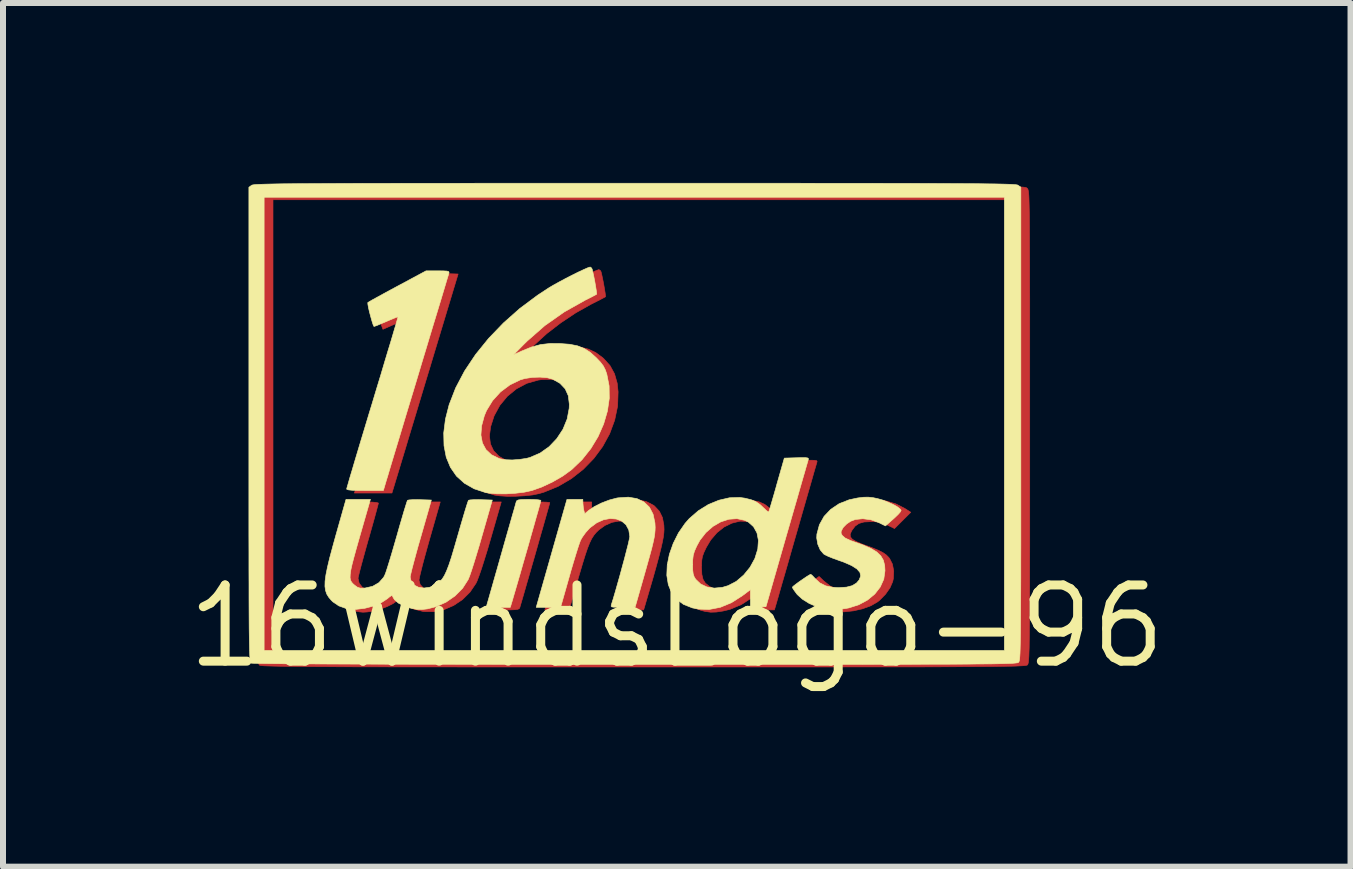
<source format=kicad_pcb>
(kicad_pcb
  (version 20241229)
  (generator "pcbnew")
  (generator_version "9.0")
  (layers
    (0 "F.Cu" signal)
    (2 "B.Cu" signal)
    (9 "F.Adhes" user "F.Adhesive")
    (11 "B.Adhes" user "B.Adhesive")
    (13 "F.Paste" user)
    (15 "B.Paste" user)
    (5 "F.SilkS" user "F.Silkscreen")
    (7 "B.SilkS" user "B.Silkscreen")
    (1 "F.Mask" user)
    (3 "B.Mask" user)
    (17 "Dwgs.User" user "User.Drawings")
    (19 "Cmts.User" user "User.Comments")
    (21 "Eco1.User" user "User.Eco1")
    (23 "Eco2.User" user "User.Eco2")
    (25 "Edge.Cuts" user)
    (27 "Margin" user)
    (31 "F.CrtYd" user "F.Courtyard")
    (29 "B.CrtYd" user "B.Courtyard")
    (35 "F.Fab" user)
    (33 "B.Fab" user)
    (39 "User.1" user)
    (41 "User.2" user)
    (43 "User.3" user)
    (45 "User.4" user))
  (footprint "16WindsLogo-96"
    (layer "F.Cu")
    (at 8.232 7.392)
    (property "Reference" "16WindsLogo-96" (at 0 0 0) (layer "F.SilkS") (effects (font (size 1.27 1.27) (thickness 0.15))))
    (attr through_hole)
    (fp_poly (pts (xy -2.231 -2.073) (xy -2.163 -2.07) (xy -2.123 -2.065) (xy -2.117 -2.062) (xy -2.122 -2.04) (xy -2.138 -1.983) (xy -2.163 -1.895) (xy -2.195 -1.782) (xy -2.233 -1.648) (xy -2.276 -1.499) (xy -2.321 -1.339) (xy -2.368 -1.174) (xy -2.416 -1.008) (xy -2.462 -0.847) (xy -2.506 -0.696) (xy -2.545 -0.559) (xy -2.579 -0.442) (xy -2.606 -0.35) (xy -2.617 -0.312) (xy -2.627 -0.295) (xy -2.652 -0.284) (xy -2.698 -0.278) (xy -2.775 -0.275) (xy -2.827 -0.275) (xy -2.913 -0.276) (xy -2.981 -0.279) (xy -3.02 -0.284) (xy -3.027 -0.286) (xy -3.021 -0.308) (xy -3.005 -0.366) (xy -2.981 -0.453) (xy -2.949 -0.566) (xy -2.912 -0.699) (xy -2.87 -0.846) (xy -2.825 -1.003) (xy -2.779 -1.165) (xy -2.733 -1.325) (xy -2.689 -1.48) (xy -2.648 -1.624) (xy -2.611 -1.751) (xy -2.581 -1.857) (xy -2.559 -1.931) (xy -2.517 -2.074) (xy -2.317 -2.074) (xy -2.231 -2.073)) (stroke (width 0.01) (type solid)) (fill yes) (layer "F.Cu"))
    (fp_poly (pts (xy -3.841 -5.88) (xy -3.645 -5.874) (xy -3.968 -4.805) (xy -4.04 -4.567) (xy -4.116 -4.314) (xy -4.195 -4.054) (xy -4.273 -3.795) (xy -4.348 -3.546) (xy -4.418 -3.315) (xy -4.48 -3.11) (xy -4.519 -2.979) (xy -4.748 -2.223) (xy -5.374 -2.223) (xy -5.355 -2.281) (xy -5.337 -2.337) (xy -5.309 -2.426) (xy -5.273 -2.544) (xy -5.229 -2.687) (xy -5.18 -2.85) (xy -5.126 -3.031) (xy -5.067 -3.224) (xy -5.007 -3.426) (xy -4.945 -3.633) (xy -4.883 -3.841) (xy -4.822 -4.046) (xy -4.763 -4.244) (xy -4.708 -4.431) (xy -4.657 -4.603) (xy -4.612 -4.756) (xy -4.574 -4.886) (xy -4.544 -4.99) (xy -4.524 -5.062) (xy -4.514 -5.099) (xy -4.513 -5.103) (xy -4.534 -5.103) (xy -4.584 -5.087) (xy -4.655 -5.059) (xy -4.707 -5.037) (xy -4.787 -5.001) (xy -4.851 -4.973) (xy -4.89 -4.956) (xy -4.899 -4.953) (xy -4.906 -4.972) (xy -4.924 -5.022) (xy -4.948 -5.095) (xy -4.964 -5.144) (xy -4.992 -5.242) (xy -5.007 -5.312) (xy -5.007 -5.35) (xy -5.005 -5.354) (xy -4.981 -5.369) (xy -4.926 -5.401) (xy -4.843 -5.447) (xy -4.74 -5.504) (xy -4.619 -5.57) (xy -4.51 -5.629) (xy -4.036 -5.886) (xy -3.841 -5.88)) (stroke (width 0.01) (type solid)) (fill yes) (layer "F.Cu"))
    (fp_poly (pts (xy -0.506 -2.08) (xy -0.39 -2.02) (xy -0.371 -2.006) (xy -0.29 -1.919) (xy -0.239 -1.815) (xy -0.215 -1.687) (xy -0.212 -1.616) (xy -0.215 -1.561) (xy -0.223 -1.493) (xy -0.239 -1.408) (xy -0.263 -1.303) (xy -0.295 -1.174) (xy -0.337 -1.018) (xy -0.389 -0.832) (xy -0.453 -0.612) (xy -0.51 -0.418) (xy -0.552 -0.275) (xy -0.754 -0.275) (xy -0.847 -0.276) (xy -0.906 -0.279) (xy -0.936 -0.286) (xy -0.946 -0.298) (xy -0.944 -0.312) (xy -0.907 -0.437) (xy -0.867 -0.577) (xy -0.826 -0.724) (xy -0.784 -0.873) (xy -0.745 -1.018) (xy -0.709 -1.152) (xy -0.679 -1.27) (xy -0.655 -1.365) (xy -0.64 -1.432) (xy -0.635 -1.463) (xy -0.652 -1.571) (xy -0.7 -1.655) (xy -0.772 -1.715) (xy -0.863 -1.749) (xy -0.968 -1.755) (xy -1.081 -1.734) (xy -1.196 -1.683) (xy -1.299 -1.609) (xy -1.342 -1.567) (xy -1.381 -1.52) (xy -1.417 -1.464) (xy -1.451 -1.394) (xy -1.487 -1.304) (xy -1.526 -1.189) (xy -1.571 -1.044) (xy -1.624 -0.865) (xy -1.636 -0.824) (xy -1.791 -0.286) (xy -1.995 -0.28) (xy -2.199 -0.274) (xy -2.158 -0.417) (xy -2.142 -0.471) (xy -2.117 -0.56) (xy -2.083 -0.678) (xy -2.043 -0.819) (xy -1.997 -0.979) (xy -1.948 -1.151) (xy -1.901 -1.318) (xy -1.685 -2.074) (xy -1.418 -2.074) (xy -1.418 -1.991) (xy -1.416 -1.915) (xy -1.404 -1.874) (xy -1.376 -1.867) (xy -1.326 -1.891) (xy -1.269 -1.929) (xy -1.114 -2.017) (xy -0.953 -2.077) (xy -0.794 -2.108) (xy -0.643 -2.109) (xy -0.506 -2.08)) (stroke (width 0.01) (type solid)) (fill yes) (layer "F.Cu"))
    (fp_poly (pts (xy 3.483 -2.092) (xy 3.652 -2.042) (xy 3.798 -1.968) (xy 3.901 -1.902) (xy 3.63 -1.631) (xy 3.514 -1.688) (xy 3.44 -1.721) (xy 3.371 -1.739) (xy 3.288 -1.746) (xy 3.235 -1.746) (xy 3.121 -1.74) (xy 3.037 -1.716) (xy 2.973 -1.671) (xy 2.919 -1.599) (xy 2.914 -1.59) (xy 2.891 -1.537) (xy 2.894 -1.492) (xy 2.927 -1.452) (xy 2.992 -1.413) (xy 3.094 -1.37) (xy 3.136 -1.355) (xy 3.268 -1.307) (xy 3.366 -1.266) (xy 3.438 -1.229) (xy 3.491 -1.192) (xy 3.533 -1.15) (xy 3.548 -1.131) (xy 3.595 -1.038) (xy 3.617 -0.923) (xy 3.611 -0.799) (xy 3.6 -0.747) (xy 3.555 -0.643) (xy 3.48 -0.536) (xy 3.383 -0.437) (xy 3.348 -0.409) (xy 3.238 -0.345) (xy 3.1 -0.294) (xy 2.946 -0.259) (xy 2.789 -0.242) (xy 2.642 -0.247) (xy 2.601 -0.253) (xy 2.452 -0.294) (xy 2.316 -0.359) (xy 2.202 -0.441) (xy 2.12 -0.535) (xy 2.116 -0.54) (xy 2.095 -0.575) (xy 2.083 -0.599) (xy 2.087 -0.621) (xy 2.11 -0.646) (xy 2.157 -0.682) (xy 2.231 -0.734) (xy 2.261 -0.754) (xy 2.373 -0.832) (xy 2.451 -0.757) (xy 2.558 -0.672) (xy 2.67 -0.622) (xy 2.802 -0.599) (xy 2.804 -0.598) (xy 2.918 -0.601) (xy 3.022 -0.623) (xy 3.11 -0.662) (xy 3.173 -0.713) (xy 3.208 -0.773) (xy 3.206 -0.838) (xy 3.205 -0.841) (xy 3.173 -0.894) (xy 3.114 -0.944) (xy 3.023 -0.992) (xy 2.895 -1.042) (xy 2.85 -1.057) (xy 2.735 -1.098) (xy 2.653 -1.133) (xy 2.596 -1.168) (xy 2.557 -1.208) (xy 2.526 -1.259) (xy 2.517 -1.278) (xy 2.483 -1.389) (xy 2.483 -1.503) (xy 2.518 -1.633) (xy 2.52 -1.637) (xy 2.594 -1.778) (xy 2.699 -1.897) (xy 2.829 -1.99) (xy 2.978 -2.058) (xy 3.141 -2.099) (xy 3.311 -2.111) (xy 3.483 -2.092)) (stroke (width 0.01) (type solid)) (fill yes) (layer "F.Cu"))
    (fp_poly (pts (xy 2.302 -2.768) (xy 2.333 -2.761) (xy 2.34 -2.748) (xy 2.339 -2.747) (xy 2.332 -2.722) (xy 2.314 -2.66) (xy 2.286 -2.565) (xy 2.251 -2.441) (xy 2.208 -2.292) (xy 2.159 -2.122) (xy 2.105 -1.934) (xy 2.047 -1.732) (xy 2.021 -1.64) (xy 1.96 -1.429) (xy 1.902 -1.227) (xy 1.848 -1.036) (xy 1.798 -0.863) (xy 1.754 -0.712) (xy 1.718 -0.586) (xy 1.691 -0.49) (xy 1.673 -0.43) (xy 1.67 -0.418) (xy 1.628 -0.275) (xy 1.376 -0.275) (xy 1.376 -0.574) (xy 1.254 -0.479) (xy 1.076 -0.363) (xy 0.885 -0.283) (xy 0.772 -0.256) (xy 0.659 -0.239) (xy 0.566 -0.236) (xy 0.474 -0.249) (xy 0.406 -0.266) (xy 0.259 -0.325) (xy 0.14 -0.415) (xy 0.052 -0.532) (xy 0.024 -0.587) (xy 0.006 -0.634) (xy -0.005 -0.686) (xy -0.009 -0.755) (xy -0.01 -0.853) (xy -0.01 -0.868) (xy -0.007 -0.982) (xy 0.413 -0.982) (xy 0.418 -0.867) (xy 0.438 -0.783) (xy 0.477 -0.72) (xy 0.542 -0.668) (xy 0.594 -0.639) (xy 0.706 -0.603) (xy 0.835 -0.599) (xy 0.972 -0.627) (xy 1.066 -0.665) (xy 1.209 -0.757) (xy 1.328 -0.88) (xy 1.419 -1.026) (xy 1.477 -1.189) (xy 1.498 -1.333) (xy 1.493 -1.466) (xy 1.463 -1.568) (xy 1.405 -1.647) (xy 1.316 -1.708) (xy 1.313 -1.709) (xy 1.187 -1.75) (xy 1.054 -1.754) (xy 0.92 -1.721) (xy 0.79 -1.657) (xy 0.67 -1.562) (xy 0.565 -1.439) (xy 0.493 -1.318) (xy 0.452 -1.232) (xy 0.428 -1.166) (xy 0.417 -1.101) (xy 0.413 -1.02) (xy 0.413 -0.982) (xy -0.007 -0.982) (xy -0.007 -0.983) (xy 0.000471 -1.071) (xy 0.016 -1.148) (xy 0.041 -1.229) (xy 0.047 -1.245) (xy 0.142 -1.457) (xy 0.262 -1.644) (xy 0.405 -1.804) (xy 0.568 -1.932) (xy 0.745 -2.027) (xy 0.934 -2.085) (xy 1.122 -2.104) (xy 1.263 -2.098) (xy 1.375 -2.075) (xy 1.467 -2.033) (xy 1.552 -1.967) (xy 1.572 -1.948) (xy 1.673 -1.847) (xy 1.715 -1.987) (xy 1.736 -2.059) (xy 1.766 -2.159) (xy 1.8 -2.277) (xy 1.835 -2.401) (xy 1.848 -2.445) (xy 1.938 -2.762) (xy 2.143 -2.768) (xy 2.241 -2.77) (xy 2.302 -2.768)) (stroke (width 0.01) (type solid)) (fill yes) (layer "F.Cu"))
    (fp_poly (pts (xy -5.079 -2.072) (xy -5.012 -2.066) (xy -4.978 -2.058) (xy -4.974 -2.053) (xy -4.98 -2.028) (xy -4.996 -1.968) (xy -5.02 -1.878) (xy -5.052 -1.762) (xy -5.09 -1.627) (xy -5.132 -1.478) (xy -5.144 -1.438) (xy -5.187 -1.285) (xy -5.226 -1.143) (xy -5.26 -1.019) (xy -5.286 -0.918) (xy -5.304 -0.845) (xy -5.313 -0.805) (xy -5.313 -0.802) (xy -5.294 -0.718) (xy -5.241 -0.651) (xy -5.162 -0.607) (xy -5.073 -0.593) (xy -4.994 -0.607) (xy -4.905 -0.643) (xy -4.821 -0.693) (xy -4.758 -0.749) (xy -4.744 -0.767) (xy -4.728 -0.804) (xy -4.702 -0.876) (xy -4.669 -0.977) (xy -4.63 -1.102) (xy -4.587 -1.245) (xy -4.541 -1.4) (xy -4.526 -1.454) (xy -4.35 -2.074) (xy -4.146 -2.074) (xy -3.943 -2.074) (xy -4.12 -1.456) (xy -4.164 -1.298) (xy -4.205 -1.15) (xy -4.24 -1.019) (xy -4.267 -0.91) (xy -4.287 -0.828) (xy -4.296 -0.779) (xy -4.297 -0.771) (xy -4.278 -0.698) (xy -4.228 -0.643) (xy -4.155 -0.608) (xy -4.066 -0.596) (xy -3.97 -0.61) (xy -3.895 -0.64) (xy -3.845 -0.669) (xy -3.803 -0.702) (xy -3.765 -0.744) (xy -3.729 -0.8) (xy -3.694 -0.873) (xy -3.657 -0.969) (xy -3.616 -1.091) (xy -3.57 -1.244) (xy -3.515 -1.433) (xy -3.503 -1.476) (xy -3.334 -2.074) (xy -3.13 -2.074) (xy -2.926 -2.074) (xy -3.103 -1.459) (xy -3.157 -1.274) (xy -3.209 -1.107) (xy -3.255 -0.962) (xy -3.296 -0.844) (xy -3.328 -0.759) (xy -3.347 -0.718) (xy -3.447 -0.571) (xy -3.573 -0.446) (xy -3.72 -0.348) (xy -3.88 -0.279) (xy -4.046 -0.245) (xy -4.211 -0.247) (xy -4.242 -0.252) (xy -4.382 -0.288) (xy -4.488 -0.341) (xy -4.563 -0.407) (xy -4.616 -0.471) (xy -4.663 -0.427) (xy -4.73 -0.38) (xy -4.825 -0.332) (xy -4.933 -0.29) (xy -5.04 -0.26) (xy -5.073 -0.253) (xy -5.164 -0.24) (xy -5.232 -0.236) (xy -5.293 -0.242) (xy -5.361 -0.256) (xy -5.497 -0.306) (xy -5.603 -0.385) (xy -5.678 -0.49) (xy -5.713 -0.594) (xy -5.721 -0.633) (xy -5.726 -0.67) (xy -5.728 -0.708) (xy -5.724 -0.754) (xy -5.715 -0.81) (xy -5.699 -0.883) (xy -5.675 -0.977) (xy -5.643 -1.096) (xy -5.601 -1.246) (xy -5.549 -1.431) (xy -5.54 -1.466) (xy -5.368 -2.074) (xy -5.171 -2.074) (xy -5.079 -2.072)) (stroke (width 0.01) (type solid)) (fill yes) (layer "F.Cu"))
    (fp_poly (pts (xy -1.272 -5.93) (xy -1.262 -5.911) (xy -1.25 -5.861) (xy -1.235 -5.791) (xy -1.219 -5.709) (xy -1.205 -5.628) (xy -1.194 -5.559) (xy -1.188 -5.511) (xy -1.188 -5.495) (xy -1.209 -5.483) (xy -1.26 -5.456) (xy -1.334 -5.418) (xy -1.423 -5.373) (xy -1.429 -5.37) (xy -1.685 -5.226) (xy -1.934 -5.06) (xy -2.167 -4.881) (xy -2.372 -4.694) (xy -2.472 -4.59) (xy -2.542 -4.512) (xy -2.398 -4.572) (xy -2.227 -4.632) (xy -2.056 -4.666) (xy -1.872 -4.675) (xy -1.785 -4.673) (xy -1.614 -4.656) (xy -1.473 -4.622) (xy -1.352 -4.565) (xy -1.24 -4.483) (xy -1.22 -4.466) (xy -1.112 -4.346) (xy -1.038 -4.211) (xy -0.993 -4.054) (xy -0.978 -3.91) (xy -0.986 -3.672) (xy -1.035 -3.438) (xy -1.119 -3.211) (xy -1.236 -2.997) (xy -1.384 -2.798) (xy -1.559 -2.618) (xy -1.757 -2.463) (xy -1.977 -2.334) (xy -2.215 -2.237) (xy -2.297 -2.213) (xy -2.404 -2.191) (xy -2.538 -2.177) (xy -2.682 -2.169) (xy -2.825 -2.168) (xy -2.952 -2.176) (xy -3.04 -2.189) (xy -3.23 -2.252) (xy -3.394 -2.346) (xy -3.528 -2.469) (xy -3.631 -2.619) (xy -3.702 -2.793) (xy -3.739 -2.988) (xy -3.741 -3.176) (xy -3.123 -3.176) (xy -3.106 -3.041) (xy -3.053 -2.927) (xy -2.964 -2.835) (xy -2.84 -2.766) (xy -2.794 -2.749) (xy -2.749 -2.742) (xy -2.675 -2.737) (xy -2.586 -2.737) (xy -2.551 -2.737) (xy -2.448 -2.742) (xy -2.371 -2.753) (xy -2.301 -2.774) (xy -2.22 -2.808) (xy -2.213 -2.811) (xy -2.032 -2.917) (xy -1.885 -3.046) (xy -1.771 -3.201) (xy -1.692 -3.382) (xy -1.65 -3.553) (xy -1.643 -3.701) (xy -1.673 -3.831) (xy -1.735 -3.941) (xy -1.827 -4.027) (xy -1.945 -4.086) (xy -2.085 -4.117) (xy -2.245 -4.115) (xy -2.308 -4.106) (xy -2.499 -4.052) (xy -2.672 -3.96) (xy -2.823 -3.837) (xy -2.949 -3.685) (xy -3.045 -3.509) (xy -3.102 -3.332) (xy -3.123 -3.176) (xy -3.741 -3.176) (xy -3.741 -3.183) (xy -3.703 -3.45) (xy -3.626 -3.721) (xy -3.512 -3.992) (xy -3.364 -4.262) (xy -3.183 -4.525) (xy -2.972 -4.781) (xy -2.734 -5.026) (xy -2.471 -5.256) (xy -2.186 -5.469) (xy -1.88 -5.663) (xy -1.598 -5.813) (xy -1.498 -5.861) (xy -1.411 -5.902) (xy -1.344 -5.931) (xy -1.304 -5.946) (xy -1.298 -5.948) (xy -1.272 -5.93)) (stroke (width 0.01) (type solid)) (fill yes) (layer "F.Cu"))
    (fp_poly (pts (xy 0.063 -7.345) (xy 0.636 -7.345) (xy 1.17 -7.345) (xy 1.665 -7.345) (xy 2.124 -7.345) (xy 2.548 -7.344) (xy 2.938 -7.344) (xy 3.296 -7.344) (xy 3.622 -7.344) (xy 3.919 -7.343) (xy 4.188 -7.343) (xy 4.431 -7.342) (xy 4.647 -7.341) (xy 4.841 -7.34) (xy 5.011 -7.339) (xy 5.161 -7.338) (xy 5.291 -7.337) (xy 5.403 -7.335) (xy 5.498 -7.334) (xy 5.577 -7.332) (xy 5.643 -7.33) (xy 5.696 -7.328) (xy 5.738 -7.325) (xy 5.771 -7.323) (xy 5.795 -7.32) (xy 5.813 -7.317) (xy 5.825 -7.314) (xy 5.833 -7.31) (xy 5.838 -7.306) (xy 5.842 -7.303) (xy 5.847 -7.297) (xy 5.852 -7.29) (xy 5.856 -7.279) (xy 5.86 -7.263) (xy 5.864 -7.24) (xy 5.867 -7.208) (xy 5.87 -7.165) (xy 5.872 -7.11) (xy 5.874 -7.04) (xy 5.876 -6.954) (xy 5.878 -6.85) (xy 5.879 -6.727) (xy 5.88 -6.581) (xy 5.881 -6.413) (xy 5.882 -6.219) (xy 5.883 -5.998) (xy 5.883 -5.748) (xy 5.884 -5.468) (xy 5.884 -5.155) (xy 5.884 -4.808) (xy 5.884 -4.425) (xy 5.884 -4.004) (xy 5.884 -3.543) (xy 5.884 -3.326) (xy 5.884 -2.847) (xy 5.884 -2.408) (xy 5.884 -2.008) (xy 5.884 -1.645) (xy 5.884 -1.317) (xy 5.883 -1.022) (xy 5.883 -0.758) (xy 5.882 -0.525) (xy 5.881 -0.319) (xy 5.881 -0.139) (xy 5.879 0.016) (xy 5.878 0.149) (xy 5.876 0.261) (xy 5.875 0.354) (xy 5.872 0.431) (xy 5.87 0.492) (xy 5.867 0.539) (xy 5.864 0.575) (xy 5.861 0.601) (xy 5.857 0.619) (xy 5.853 0.631) (xy 5.849 0.639) (xy 5.846 0.642) (xy 5.84 0.646) (xy 5.829 0.649) (xy 5.812 0.652) (xy 5.788 0.655) (xy 5.754 0.657) (xy 5.71 0.659) (xy 5.654 0.662) (xy 5.585 0.664) (xy 5.501 0.665) (xy 5.401 0.667) (xy 5.284 0.669) (xy 5.148 0.67) (xy 4.991 0.671) (xy 4.813 0.672) (xy 4.612 0.673) (xy 4.386 0.674) (xy 4.134 0.675) (xy 3.855 0.675) (xy 3.547 0.676) (xy 3.209 0.676) (xy 2.84 0.676) (xy 2.438 0.677) (xy 2.001 0.677) (xy 1.529 0.677) (xy 1.019 0.677) (xy 0.471 0.677) (xy -0.117 0.677) (xy -0.553 0.677) (xy -1.177 0.677) (xy -1.76 0.677) (xy -2.303 0.677) (xy -2.808 0.677) (xy -3.276 0.677) (xy -3.708 0.676) (xy -4.106 0.676) (xy -4.472 0.676) (xy -4.805 0.675) (xy -5.109 0.674) (xy -5.383 0.674) (xy -5.63 0.673) (xy -5.851 0.672) (xy -6.047 0.671) (xy -6.22 0.669) (xy -6.371 0.668) (xy -6.5 0.666) (xy -6.611 0.665) (xy -6.703 0.663) (xy -6.778 0.661) (xy -6.838 0.659) (xy -6.885 0.657) (xy -6.918 0.654) (xy -6.94 0.651) (xy -6.952 0.648) (xy -6.954 0.647) (xy -6.96 0.643) (xy -6.964 0.636) (xy -6.968 0.626) (xy -6.972 0.609) (xy -6.976 0.585) (xy -6.979 0.552) (xy -6.981 0.507) (xy -6.984 0.449) (xy -6.986 0.376) (xy -6.988 0.286) (xy -6.99 0.178) (xy -6.992 0.05) (xy -6.993 -0.1) (xy -6.994 -0.275) (xy -6.995 -0.475) (xy -6.996 -0.702) (xy -6.997 -0.959) (xy -6.998 -1.248) (xy -6.998 -1.569) (xy -6.999 -1.924) (xy -7 -2.317) (xy -7 -2.748) (xy -7.001 -3.219) (xy -7.001 -3.312) (xy -7.006 -7.112) (xy -6.731 -7.112) (xy -6.731 0.445) (xy 5.609 0.445) (xy 5.609 -7.112) (xy -6.731 -7.112) (xy -7.006 -7.112) (xy -7.006 -7.241) (xy -6.902 -7.345) (xy -0.551 -7.345) (xy 0.063 -7.345)) (stroke (width 0.01) (type solid)) (fill yes) (layer "F.Cu"))
    (fp_poly (pts (xy -2.378 -2.115) (xy -2.311 -2.11) (xy -2.271 -2.103) (xy -2.265 -2.099) (xy -2.27 -2.076) (xy -2.286 -2.017) (xy -2.311 -1.928) (xy -2.344 -1.814) (xy -2.382 -1.678) (xy -2.425 -1.528) (xy -2.47 -1.367) (xy -2.518 -1.201) (xy -2.566 -1.035) (xy -2.612 -0.873) (xy -2.656 -0.722) (xy -2.696 -0.585) (xy -2.73 -0.469) (xy -2.732 -0.46) (xy -2.775 -0.318) (xy -2.976 -0.318) (xy -3.07 -0.318) (xy -3.128 -0.321) (xy -3.159 -0.328) (xy -3.169 -0.34) (xy -3.167 -0.355) (xy -3.159 -0.382) (xy -3.14 -0.447) (xy -3.113 -0.542) (xy -3.078 -0.665) (xy -3.037 -0.81) (xy -2.99 -0.974) (xy -2.94 -1.151) (xy -2.921 -1.217) (xy -2.87 -1.398) (xy -2.822 -1.566) (xy -2.778 -1.719) (xy -2.741 -1.85) (xy -2.71 -1.956) (xy -2.689 -2.032) (xy -2.677 -2.074) (xy -2.675 -2.08) (xy -2.665 -2.097) (xy -2.64 -2.108) (xy -2.593 -2.114) (xy -2.516 -2.116) (xy -2.464 -2.117) (xy -2.378 -2.115)) (stroke (width 0.01) (type solid)) (fill yes) (layer "F.SilkS"))
    (fp_poly (pts (xy -0.664 -2.13) (xy -0.547 -2.074) (xy -0.456 -1.987) (xy -0.395 -1.87) (xy -0.364 -1.725) (xy -0.36 -1.651) (xy -0.362 -1.598) (xy -0.367 -1.542) (xy -0.377 -1.477) (xy -0.394 -1.398) (xy -0.418 -1.299) (xy -0.452 -1.174) (xy -0.496 -1.017) (xy -0.526 -0.91) (xy -0.692 -0.328) (xy -0.898 -0.322) (xy -0.992 -0.32) (xy -1.052 -0.32) (xy -1.083 -0.325) (xy -1.094 -0.336) (xy -1.092 -0.354) (xy -1.09 -0.362) (xy -1.059 -0.461) (xy -1.024 -0.58) (xy -0.986 -0.714) (xy -0.946 -0.855) (xy -0.908 -0.996) (xy -0.871 -1.132) (xy -0.839 -1.256) (xy -0.812 -1.361) (xy -0.794 -1.441) (xy -0.784 -1.49) (xy -0.783 -1.498) (xy -0.8 -1.608) (xy -0.847 -1.694) (xy -0.918 -1.755) (xy -1.009 -1.79) (xy -1.112 -1.798) (xy -1.222 -1.777) (xy -1.334 -1.727) (xy -1.443 -1.646) (xy -1.457 -1.633) (xy -1.519 -1.564) (xy -1.573 -1.489) (xy -1.602 -1.439) (xy -1.62 -1.393) (xy -1.647 -1.312) (xy -1.681 -1.204) (xy -1.72 -1.076) (xy -1.762 -0.935) (xy -1.791 -0.831) (xy -1.937 -0.318) (xy -2.343 -0.318) (xy -2.087 -1.217) (xy -1.831 -2.116) (xy -1.699 -2.117) (xy -1.566 -2.117) (xy -1.564 -2.048) (xy -1.558 -1.982) (xy -1.548 -1.929) (xy -1.534 -1.878) (xy -1.467 -1.934) (xy -1.374 -1.997) (xy -1.254 -2.057) (xy -1.123 -2.107) (xy -0.997 -2.14) (xy -0.975 -2.143) (xy -0.807 -2.154) (xy -0.664 -2.13)) (stroke (width 0.01) (type solid)) (fill yes) (layer "F.SilkS"))
    (fp_poly (pts (xy -3.891 -5.926) (xy -3.834 -5.923) (xy -3.805 -5.916) (xy -3.796 -5.904) (xy -3.799 -5.886) (xy -3.807 -5.859) (xy -3.827 -5.795) (xy -3.856 -5.698) (xy -3.894 -5.571) (xy -3.94 -5.418) (xy -3.993 -5.243) (xy -4.052 -5.05) (xy -4.115 -4.842) (xy -4.181 -4.622) (xy -4.25 -4.395) (xy -4.319 -4.164) (xy -4.389 -3.932) (xy -4.458 -3.705) (xy -4.525 -3.484) (xy -4.588 -3.274) (xy -4.647 -3.078) (xy -4.701 -2.9) (xy -4.748 -2.744) (xy -4.787 -2.614) (xy -4.817 -2.512) (xy -4.838 -2.444) (xy -4.846 -2.418) (xy -4.891 -2.265) (xy -5.197 -2.265) (xy -5.324 -2.266) (xy -5.413 -2.269) (xy -5.47 -2.275) (xy -5.498 -2.283) (xy -5.503 -2.291) (xy -5.497 -2.315) (xy -5.479 -2.377) (xy -5.452 -2.472) (xy -5.414 -2.598) (xy -5.369 -2.751) (xy -5.316 -2.928) (xy -5.257 -3.125) (xy -5.192 -3.34) (xy -5.123 -3.569) (xy -5.072 -3.736) (xy -5.001 -3.972) (xy -4.933 -4.195) (xy -4.871 -4.404) (xy -4.814 -4.594) (xy -4.763 -4.761) (xy -4.721 -4.904) (xy -4.687 -5.019) (xy -4.663 -5.101) (xy -4.649 -5.149) (xy -4.647 -5.16) (xy -4.667 -5.155) (xy -4.717 -5.135) (xy -4.789 -5.105) (xy -4.847 -5.08) (xy -4.93 -5.045) (xy -4.996 -5.017) (xy -5.038 -5.002) (xy -5.048 -5) (xy -5.062 -5.029) (xy -5.08 -5.085) (xy -5.101 -5.159) (xy -5.122 -5.238) (xy -5.139 -5.311) (xy -5.149 -5.368) (xy -5.151 -5.397) (xy -5.15 -5.398) (xy -5.128 -5.412) (xy -5.073 -5.444) (xy -4.991 -5.489) (xy -4.887 -5.546) (xy -4.767 -5.611) (xy -4.656 -5.671) (xy -4.179 -5.927) (xy -3.982 -5.927) (xy -3.891 -5.926)) (stroke (width 0.01) (type solid)) (fill yes) (layer "F.SilkS"))
    (fp_poly (pts (xy 2.152 -2.812) (xy 2.184 -2.807) (xy 2.195 -2.797) (xy 2.193 -2.779) (xy 2.191 -2.774) (xy 2.183 -2.747) (xy 2.164 -2.682) (xy 2.136 -2.584) (xy 2.099 -2.457) (xy 2.055 -2.304) (xy 2.005 -2.128) (xy 1.949 -1.935) (xy 1.889 -1.726) (xy 1.832 -1.53) (xy 1.487 -0.328) (xy 1.228 -0.315) (xy 1.228 -0.612) (xy 1.095 -0.512) (xy 0.912 -0.395) (xy 0.726 -0.318) (xy 0.54 -0.282) (xy 0.356 -0.288) (xy 0.26 -0.308) (xy 0.113 -0.366) (xy -0.004 -0.453) (xy -0.09 -0.571) (xy -0.141 -0.696) (xy -0.166 -0.851) (xy -0.159 -1.022) (xy -0.158 -1.027) (xy 0.265 -1.027) (xy 0.266 -0.936) (xy 0.274 -0.874) (xy 0.29 -0.827) (xy 0.315 -0.786) (xy 0.397 -0.707) (xy 0.503 -0.657) (xy 0.627 -0.638) (xy 0.762 -0.651) (xy 0.856 -0.679) (xy 0.992 -0.75) (xy 1.116 -0.856) (xy 1.222 -0.986) (xy 1.302 -1.132) (xy 1.35 -1.287) (xy 1.351 -1.293) (xy 1.361 -1.434) (xy 1.337 -1.558) (xy 1.28 -1.661) (xy 1.194 -1.738) (xy 1.133 -1.768) (xy 1.003 -1.796) (xy 0.868 -1.786) (xy 0.733 -1.742) (xy 0.604 -1.667) (xy 0.486 -1.564) (xy 0.386 -1.436) (xy 0.333 -1.339) (xy 0.296 -1.256) (xy 0.275 -1.187) (xy 0.266 -1.111) (xy 0.265 -1.027) (xy -0.158 -1.027) (xy -0.123 -1.202) (xy -0.059 -1.383) (xy 0.028 -1.557) (xy 0.138 -1.716) (xy 0.21 -1.798) (xy 0.36 -1.928) (xy 0.526 -2.031) (xy 0.702 -2.103) (xy 0.879 -2.144) (xy 1.052 -2.149) (xy 1.136 -2.137) (xy 1.241 -2.111) (xy 1.319 -2.079) (xy 1.388 -2.031) (xy 1.445 -1.978) (xy 1.49 -1.935) (xy 1.522 -1.91) (xy 1.532 -1.907) (xy 1.54 -1.929) (xy 1.558 -1.986) (xy 1.583 -2.071) (xy 1.615 -2.18) (xy 1.651 -2.305) (xy 1.666 -2.36) (xy 1.793 -2.805) (xy 1.999 -2.811) (xy 2.093 -2.813) (xy 2.152 -2.812)) (stroke (width 0.01) (type solid)) (fill yes) (layer "F.SilkS"))
    (fp_poly (pts (xy 3.275 -2.145) (xy 3.347 -2.13) (xy 3.435 -2.105) (xy 3.527 -2.069) (xy 3.614 -2.029) (xy 3.685 -1.988) (xy 3.73 -1.951) (xy 3.74 -1.935) (xy 3.729 -1.911) (xy 3.692 -1.868) (xy 3.636 -1.814) (xy 3.613 -1.793) (xy 3.479 -1.675) (xy 3.37 -1.729) (xy 3.237 -1.777) (xy 3.102 -1.795) (xy 2.977 -1.782) (xy 2.9 -1.753) (xy 2.833 -1.708) (xy 2.779 -1.654) (xy 2.766 -1.635) (xy 2.741 -1.586) (xy 2.739 -1.553) (xy 2.758 -1.516) (xy 2.759 -1.515) (xy 2.807 -1.473) (xy 2.894 -1.432) (xy 2.936 -1.417) (xy 3.105 -1.357) (xy 3.236 -1.3) (xy 3.333 -1.241) (xy 3.401 -1.176) (xy 3.444 -1.103) (xy 3.466 -1.016) (xy 3.471 -0.927) (xy 3.451 -0.787) (xy 3.392 -0.656) (xy 3.301 -0.539) (xy 3.18 -0.439) (xy 3.035 -0.361) (xy 2.87 -0.308) (xy 2.815 -0.298) (xy 2.705 -0.283) (xy 2.614 -0.279) (xy 2.52 -0.287) (xy 2.445 -0.298) (xy 2.325 -0.33) (xy 2.203 -0.385) (xy 2.093 -0.454) (xy 2.009 -0.53) (xy 1.996 -0.547) (xy 1.957 -0.6) (xy 1.932 -0.639) (xy 1.927 -0.653) (xy 1.943 -0.67) (xy 1.985 -0.703) (xy 2.043 -0.746) (xy 2.107 -0.79) (xy 2.166 -0.83) (xy 2.212 -0.858) (xy 2.233 -0.868) (xy 2.254 -0.853) (xy 2.289 -0.817) (xy 2.301 -0.803) (xy 2.385 -0.725) (xy 2.485 -0.675) (xy 2.61 -0.65) (xy 2.699 -0.646) (xy 2.829 -0.654) (xy 2.926 -0.679) (xy 2.998 -0.724) (xy 3.041 -0.775) (xy 3.066 -0.839) (xy 3.054 -0.899) (xy 3.004 -0.957) (xy 2.914 -1.014) (xy 2.784 -1.071) (xy 2.699 -1.101) (xy 2.607 -1.134) (xy 2.525 -1.167) (xy 2.466 -1.196) (xy 2.448 -1.208) (xy 2.391 -1.276) (xy 2.351 -1.369) (xy 2.333 -1.473) (xy 2.336 -1.537) (xy 2.378 -1.694) (xy 2.456 -1.834) (xy 2.567 -1.951) (xy 2.707 -2.045) (xy 2.875 -2.111) (xy 3.017 -2.141) (xy 3.116 -2.153) (xy 3.195 -2.154) (xy 3.275 -2.145)) (stroke (width 0.01) (type solid)) (fill yes) (layer "F.SilkS"))
    (fp_poly (pts (xy -1.419 -5.973) (xy -1.41 -5.953) (xy -1.398 -5.903) (xy -1.383 -5.833) (xy -1.367 -5.751) (xy -1.353 -5.67) (xy -1.342 -5.6) (xy -1.336 -5.552) (xy -1.336 -5.537) (xy -1.357 -5.525) (xy -1.408 -5.498) (xy -1.478 -5.462) (xy -1.523 -5.44) (xy -1.877 -5.241) (xy -2.2 -5.014) (xy -2.493 -4.757) (xy -2.551 -4.7) (xy -2.72 -4.528) (xy -2.582 -4.591) (xy -2.421 -4.657) (xy -2.27 -4.698) (xy -2.113 -4.716) (xy -1.949 -4.715) (xy -1.786 -4.703) (xy -1.655 -4.677) (xy -1.544 -4.633) (xy -1.443 -4.569) (xy -1.343 -4.479) (xy -1.341 -4.477) (xy -1.271 -4.403) (xy -1.224 -4.341) (xy -1.191 -4.276) (xy -1.166 -4.203) (xy -1.128 -4.009) (xy -1.125 -3.802) (xy -1.156 -3.589) (xy -1.219 -3.374) (xy -1.312 -3.163) (xy -1.433 -2.963) (xy -1.579 -2.779) (xy -1.749 -2.616) (xy -1.753 -2.613) (xy -1.9 -2.506) (xy -2.072 -2.407) (xy -2.251 -2.323) (xy -2.414 -2.265) (xy -2.542 -2.237) (xy -2.691 -2.219) (xy -2.849 -2.209) (xy -3.001 -2.21) (xy -3.134 -2.221) (xy -3.188 -2.231) (xy -3.379 -2.294) (xy -3.54 -2.386) (xy -3.672 -2.505) (xy -3.773 -2.651) (xy -3.843 -2.82) (xy -3.88 -3.012) (xy -3.884 -3.189) (xy -3.265 -3.189) (xy -3.24 -3.057) (xy -3.181 -2.947) (xy -3.088 -2.86) (xy -2.962 -2.799) (xy -2.942 -2.793) (xy -2.855 -2.778) (xy -2.743 -2.774) (xy -2.621 -2.783) (xy -2.504 -2.801) (xy -2.447 -2.816) (xy -2.278 -2.889) (xy -2.127 -2.996) (xy -1.999 -3.131) (xy -1.897 -3.286) (xy -1.827 -3.457) (xy -1.793 -3.637) (xy -1.791 -3.704) (xy -1.808 -3.845) (xy -1.86 -3.96) (xy -1.946 -4.051) (xy -2.064 -4.119) (xy -2.158 -4.145) (xy -2.278 -4.155) (xy -2.407 -4.151) (xy -2.532 -4.132) (xy -2.608 -4.11) (xy -2.781 -4.026) (xy -2.938 -3.909) (xy -3.07 -3.764) (xy -3.171 -3.599) (xy -3.208 -3.511) (xy -3.254 -3.341) (xy -3.265 -3.189) (xy -3.884 -3.189) (xy -3.885 -3.224) (xy -3.856 -3.455) (xy -3.795 -3.694) (xy -3.686 -3.975) (xy -3.538 -4.256) (xy -3.354 -4.532) (xy -3.137 -4.8) (xy -2.89 -5.057) (xy -2.617 -5.299) (xy -2.319 -5.521) (xy -2.135 -5.642) (xy -2.054 -5.69) (xy -1.958 -5.743) (xy -1.852 -5.8) (xy -1.744 -5.855) (xy -1.642 -5.906) (xy -1.554 -5.947) (xy -1.486 -5.977) (xy -1.446 -5.99) (xy -1.442 -5.99) (xy -1.419 -5.973)) (stroke (width 0.01) (type solid)) (fill yes) (layer "F.SilkS"))
    (fp_poly (pts (xy -5.285 -1.498) (xy -5.339 -1.308) (xy -5.381 -1.155) (xy -5.413 -1.033) (xy -5.434 -0.938) (xy -5.444 -0.865) (xy -5.446 -0.811) (xy -5.438 -0.769) (xy -5.421 -0.737) (xy -5.396 -0.709) (xy -5.371 -0.687) (xy -5.324 -0.653) (xy -5.279 -0.638) (xy -5.215 -0.638) (xy -5.193 -0.64) (xy -5.07 -0.668) (xy -4.965 -0.729) (xy -4.887 -0.817) (xy -4.868 -0.853) (xy -4.851 -0.896) (xy -4.825 -0.975) (xy -4.792 -1.081) (xy -4.753 -1.21) (xy -4.711 -1.354) (xy -4.667 -1.507) (xy -4.665 -1.513) (xy -4.623 -1.662) (xy -4.583 -1.798) (xy -4.549 -1.915) (xy -4.52 -2.008) (xy -4.5 -2.072) (xy -4.489 -2.101) (xy -4.488 -2.102) (xy -4.462 -2.108) (xy -4.403 -2.112) (xy -4.323 -2.113) (xy -4.282 -2.112) (xy -4.091 -2.106) (xy -4.267 -1.492) (xy -4.312 -1.336) (xy -4.352 -1.19) (xy -4.387 -1.061) (xy -4.415 -0.954) (xy -4.434 -0.874) (xy -4.444 -0.828) (xy -4.444 -0.821) (xy -4.427 -0.746) (xy -4.378 -0.689) (xy -4.305 -0.652) (xy -4.216 -0.639) (xy -4.12 -0.652) (xy -4.043 -0.682) (xy -3.993 -0.712) (xy -3.949 -0.746) (xy -3.91 -0.79) (xy -3.874 -0.847) (xy -3.838 -0.923) (xy -3.8 -1.021) (xy -3.758 -1.147) (xy -3.711 -1.305) (xy -3.655 -1.499) (xy -3.653 -1.505) (xy -3.61 -1.655) (xy -3.57 -1.791) (xy -3.535 -1.91) (xy -3.506 -2.004) (xy -3.485 -2.069) (xy -3.473 -2.1) (xy -3.472 -2.102) (xy -3.446 -2.108) (xy -3.387 -2.112) (xy -3.307 -2.113) (xy -3.266 -2.112) (xy -3.075 -2.106) (xy -3.249 -1.5) (xy -3.295 -1.34) (xy -3.341 -1.188) (xy -3.383 -1.051) (xy -3.421 -0.933) (xy -3.452 -0.843) (xy -3.475 -0.786) (xy -3.478 -0.779) (xy -3.571 -0.634) (xy -3.697 -0.507) (xy -3.847 -0.403) (xy -4.015 -0.328) (xy -4.155 -0.292) (xy -4.248 -0.281) (xy -4.326 -0.282) (xy -4.413 -0.298) (xy -4.437 -0.304) (xy -4.55 -0.341) (xy -4.642 -0.389) (xy -4.706 -0.445) (xy -4.731 -0.487) (xy -4.741 -0.51) (xy -4.758 -0.512) (xy -4.79 -0.49) (xy -4.826 -0.46) (xy -4.93 -0.392) (xy -5.06 -0.338) (xy -5.203 -0.301) (xy -5.346 -0.284) (xy -5.475 -0.29) (xy -5.509 -0.297) (xy -5.634 -0.342) (xy -5.734 -0.41) (xy -5.761 -0.437) (xy -5.803 -0.487) (xy -5.835 -0.539) (xy -5.855 -0.598) (xy -5.865 -0.668) (xy -5.863 -0.753) (xy -5.849 -0.858) (xy -5.823 -0.987) (xy -5.785 -1.145) (xy -5.734 -1.335) (xy -5.689 -1.498) (xy -5.514 -2.117) (xy -5.31 -2.117) (xy -5.107 -2.117) (xy -5.285 -1.498)) (stroke (width 0.01) (type solid)) (fill yes) (layer "F.SilkS"))
    (fp_poly (pts (xy -0.081 -7.387) (xy 0.496 -7.387) (xy 1.034 -7.387) (xy 1.533 -7.387) (xy 1.995 -7.387) (xy 2.423 -7.386) (xy 2.816 -7.386) (xy 3.176 -7.386) (xy 3.506 -7.385) (xy 3.805 -7.385) (xy 4.076 -7.384) (xy 4.321 -7.383) (xy 4.539 -7.382) (xy 4.733 -7.381) (xy 4.905 -7.38) (xy 5.055 -7.379) (xy 5.185 -7.377) (xy 5.296 -7.376) (xy 5.391 -7.374) (xy 5.469 -7.372) (xy 5.533 -7.37) (xy 5.584 -7.368) (xy 5.623 -7.365) (xy 5.651 -7.363) (xy 5.671 -7.36) (xy 5.684 -7.357) (xy 5.689 -7.354) (xy 5.736 -7.321) (xy 5.736 -3.378) (xy 5.736 -2.898) (xy 5.736 -2.459) (xy 5.736 -2.058) (xy 5.736 -1.694) (xy 5.736 -1.365) (xy 5.735 -1.07) (xy 5.735 -0.806) (xy 5.734 -0.572) (xy 5.733 -0.366) (xy 5.732 -0.186) (xy 5.731 -0.03) (xy 5.73 0.104) (xy 5.728 0.216) (xy 5.726 0.31) (xy 5.724 0.387) (xy 5.722 0.448) (xy 5.719 0.496) (xy 5.716 0.532) (xy 5.713 0.559) (xy 5.709 0.577) (xy 5.705 0.589) (xy 5.701 0.596) (xy 5.697 0.6) (xy 5.692 0.603) (xy 5.681 0.607) (xy 5.664 0.609) (xy 5.64 0.612) (xy 5.606 0.615) (xy 5.562 0.617) (xy 5.506 0.619) (xy 5.437 0.621) (xy 5.353 0.623) (xy 5.253 0.625) (xy 5.136 0.626) (xy 5 0.627) (xy 4.843 0.629) (xy 4.665 0.63) (xy 4.464 0.631) (xy 4.238 0.631) (xy 3.986 0.632) (xy 3.707 0.633) (xy 3.4 0.633) (xy 3.062 0.634) (xy 2.693 0.634) (xy 2.29 0.634) (xy 1.854 0.634) (xy 1.382 0.634) (xy 0.872 0.634) (xy 0.324 0.634) (xy -0.264 0.634) (xy -0.7 0.634) (xy -1.408 0.634) (xy -2.074 0.634) (xy -2.697 0.634) (xy -3.279 0.633) (xy -3.819 0.632) (xy -4.317 0.632) (xy -4.774 0.631) (xy -5.189 0.629) (xy -5.563 0.628) (xy -5.896 0.627) (xy -6.188 0.625) (xy -6.439 0.624) (xy -6.649 0.622) (xy -6.819 0.62) (xy -6.948 0.618) (xy -7.037 0.616) (xy -7.086 0.614) (xy -7.096 0.612) (xy -7.101 0.608) (xy -7.105 0.6) (xy -7.109 0.586) (xy -7.112 0.564) (xy -7.115 0.533) (xy -7.118 0.49) (xy -7.12 0.434) (xy -7.122 0.364) (xy -7.124 0.277) (xy -7.126 0.172) (xy -7.128 0.046) (xy -7.129 -0.101) (xy -7.13 -0.272) (xy -7.131 -0.469) (xy -7.131 -0.693) (xy -7.132 -0.947) (xy -7.132 -1.231) (xy -7.133 -1.548) (xy -7.133 -1.899) (xy -7.133 -2.287) (xy -7.133 -2.713) (xy -7.133 -3.178) (xy -7.133 -3.365) (xy -7.133 -7.154) (xy -6.879 -7.154) (xy -6.879 0.402) (xy 5.461 0.402) (xy 5.461 -7.154) (xy -6.879 -7.154) (xy -7.133 -7.154) (xy -7.133 -7.321) (xy -7.086 -7.354) (xy -7.079 -7.357) (xy -7.065 -7.36) (xy -7.043 -7.363) (xy -7.012 -7.366) (xy -6.971 -7.368) (xy -6.917 -7.37) (xy -6.851 -7.372) (xy -6.769 -7.374) (xy -6.672 -7.376) (xy -6.556 -7.378) (xy -6.422 -7.379) (xy -6.268 -7.38) (xy -6.091 -7.381) (xy -5.892 -7.382) (xy -5.668 -7.383) (xy -5.419 -7.384) (xy -5.142 -7.385) (xy -4.836 -7.385) (xy -4.5 -7.386) (xy -4.133 -7.386) (xy -3.732 -7.386) (xy -3.298 -7.387) (xy -2.828 -7.387) (xy -2.321 -7.387) (xy -1.775 -7.387) (xy -1.19 -7.387) (xy -0.699 -7.387) (xy -0.081 -7.387)) (stroke (width 0.01) (type solid)) (fill yes) (layer "F.SilkS")))
  (gr_rect
    (start -3 -3)
    (end 19.464 11.398)
    (stroke (width 0.1) (type default))
    (fill no)
    (layer "Edge.Cuts")))
</source>
